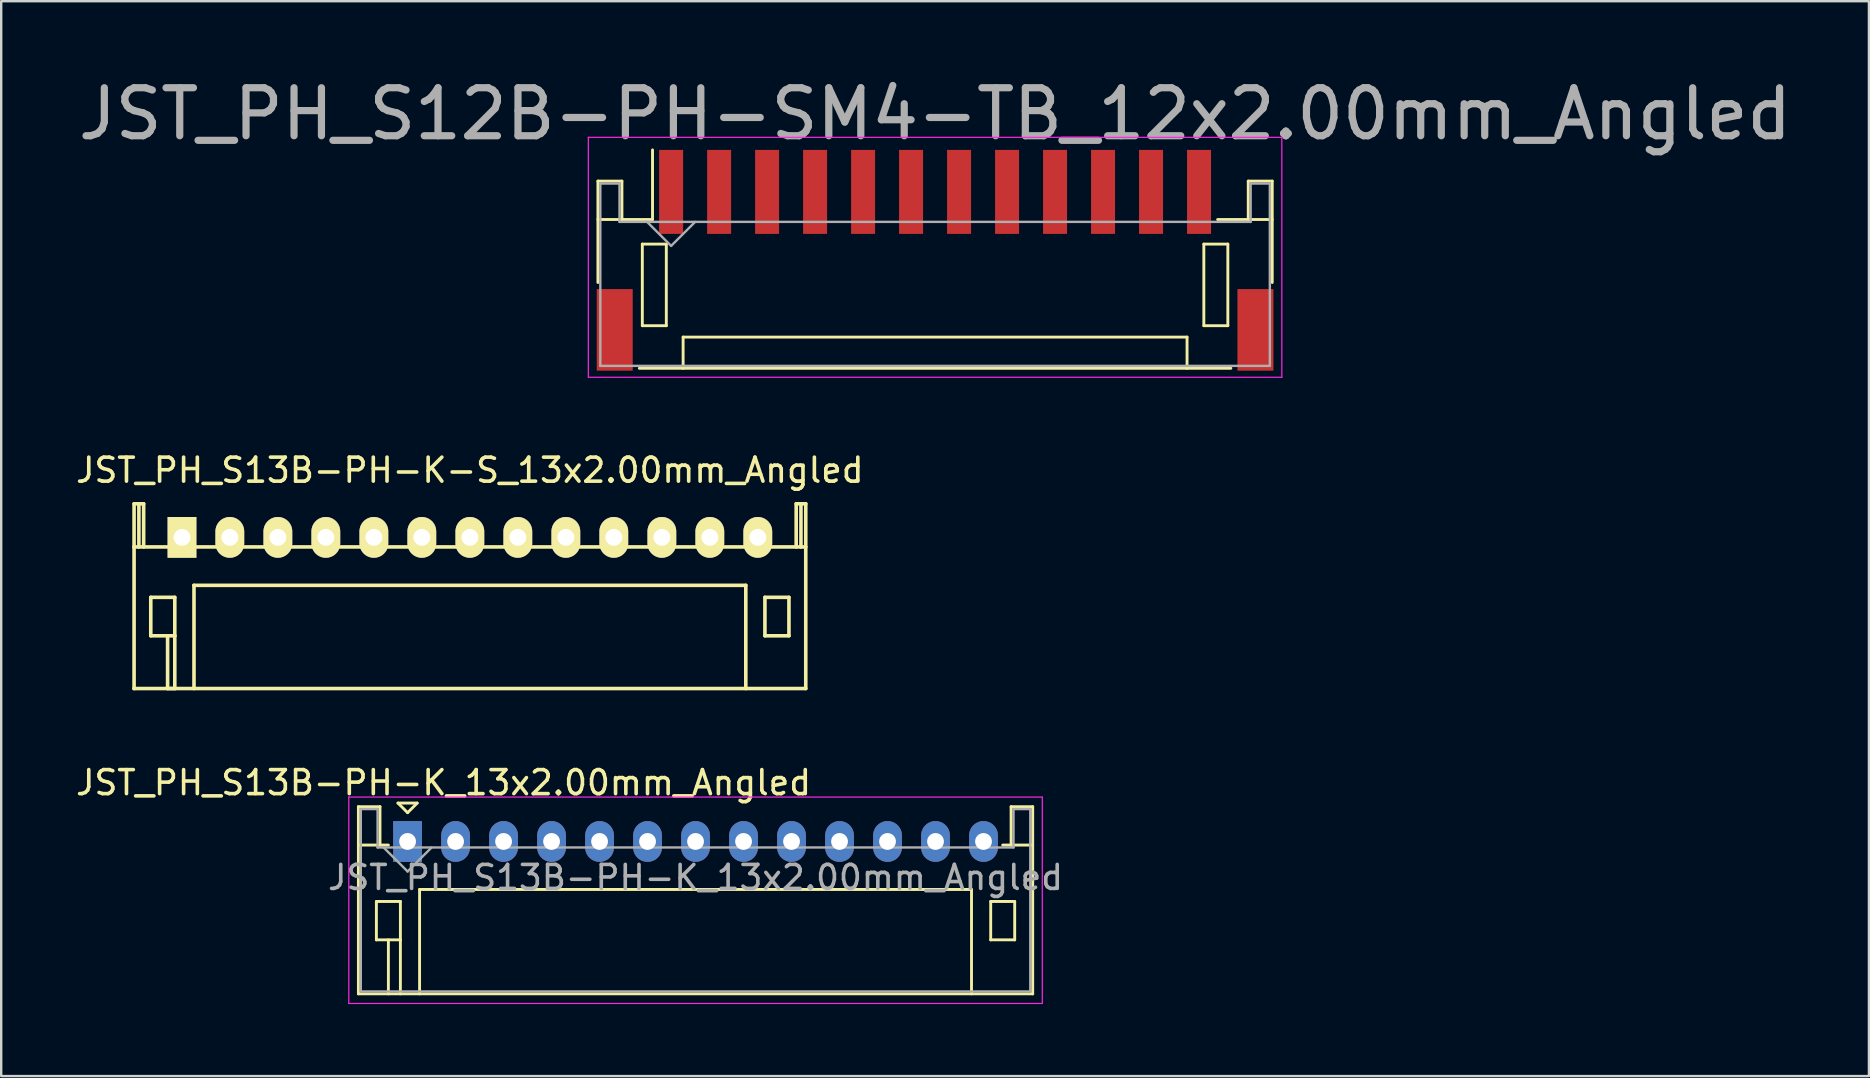
<source format=kicad_pcb>
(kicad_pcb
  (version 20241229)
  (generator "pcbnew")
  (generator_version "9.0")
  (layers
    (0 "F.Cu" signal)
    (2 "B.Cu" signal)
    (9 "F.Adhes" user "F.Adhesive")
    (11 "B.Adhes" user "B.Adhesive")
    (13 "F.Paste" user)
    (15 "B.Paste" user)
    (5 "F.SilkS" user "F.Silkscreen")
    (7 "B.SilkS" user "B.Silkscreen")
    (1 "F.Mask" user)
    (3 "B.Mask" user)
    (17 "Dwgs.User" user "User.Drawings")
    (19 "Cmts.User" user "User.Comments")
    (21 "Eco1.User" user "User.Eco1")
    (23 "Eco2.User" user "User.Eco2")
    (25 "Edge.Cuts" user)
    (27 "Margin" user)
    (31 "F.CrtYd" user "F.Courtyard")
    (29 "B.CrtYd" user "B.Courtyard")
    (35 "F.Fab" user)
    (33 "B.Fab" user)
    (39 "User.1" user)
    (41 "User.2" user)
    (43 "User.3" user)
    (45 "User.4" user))
  (footprint "JST_PH_S12B-PH-SM4-TB_12x2.00mm_Angled"
    (layer "F.Cu")
    (at 35.917 7.822)
    (property "Reference" "JST_PH_S12B-PH-SM4-TB_12x2.00mm_Angled" (at 0 -6.125 0) (layer "F.Fab") (effects (font (size 2 2) (thickness 0.3))))
    (attr smd)
    (fp_line (start -14.05 -3.325) (end -14.05 0.9) (stroke (width 0.12) (type solid)) (layer "F.SilkS"))
    (fp_line (start -14.05 -1.725) (end -13.05 -1.725) (stroke (width 0.12) (type solid)) (layer "F.SilkS"))
    (fp_line (start -13.05 -3.325) (end -14.05 -3.325) (stroke (width 0.12) (type solid)) (layer "F.SilkS"))
    (fp_line (start -13.05 -1.725) (end -13.05 -3.325) (stroke (width 0.12) (type solid)) (layer "F.SilkS"))
    (fp_line (start -12.325 4.475) (end 12.325 4.475) (stroke (width 0.12) (type solid)) (layer "F.SilkS"))
    (fp_line (start -12.2 -0.7) (end -12.2 2.7) (stroke (width 0.12) (type solid)) (layer "F.SilkS"))
    (fp_line (start -12.2 2.7) (end -11.2 2.7) (stroke (width 0.12) (type solid)) (layer "F.SilkS"))
    (fp_line (start -11.775 -1.725) (end -13.05 -1.725) (stroke (width 0.12) (type solid)) (layer "F.SilkS"))
    (fp_line (start -11.775 -1.725) (end -11.775 -4.625) (stroke (width 0.12) (type solid)) (layer "F.SilkS"))
    (fp_line (start -11.2 -0.7) (end -12.2 -0.7) (stroke (width 0.12) (type solid)) (layer "F.SilkS"))
    (fp_line (start -11.2 2.7) (end -11.2 -0.7) (stroke (width 0.12) (type solid)) (layer "F.SilkS"))
    (fp_line (start -10.5 3.175) (end 10.5 3.175) (stroke (width 0.12) (type solid)) (layer "F.SilkS"))
    (fp_line (start -10.5 4.475) (end -10.5 3.175) (stroke (width 0.12) (type solid)) (layer "F.SilkS"))
    (fp_line (start 10.5 3.175) (end 10.5 4.475) (stroke (width 0.12) (type solid)) (layer "F.SilkS"))
    (fp_line (start 11.2 -0.7) (end 12.2 -0.7) (stroke (width 0.12) (type solid)) (layer "F.SilkS"))
    (fp_line (start 11.2 2.7) (end 11.2 -0.7) (stroke (width 0.12) (type solid)) (layer "F.SilkS"))
    (fp_line (start 12.2 -0.7) (end 12.2 2.7) (stroke (width 0.12) (type solid)) (layer "F.SilkS"))
    (fp_line (start 12.2 2.7) (end 11.2 2.7) (stroke (width 0.12) (type solid)) (layer "F.SilkS"))
    (fp_line (start 13.05 -3.325) (end 13.05 -1.725) (stroke (width 0.12) (type solid)) (layer "F.SilkS"))
    (fp_line (start 13.05 -1.725) (end 11.775 -1.725) (stroke (width 0.12) (type solid)) (layer "F.SilkS"))
    (fp_line (start 14.05 -3.325) (end 13.05 -3.325) (stroke (width 0.12) (type solid)) (layer "F.SilkS"))
    (fp_line (start 14.05 -1.725) (end 13.05 -1.725) (stroke (width 0.12) (type solid)) (layer "F.SilkS"))
    (fp_line (start 14.05 0.9) (end 14.05 -3.325) (stroke (width 0.12) (type solid)) (layer "F.SilkS"))
    (fp_line (start -14.45 -5.15) (end -14.45 4.85) (stroke (width 0.05) (type solid)) (layer "F.CrtYd"))
    (fp_line (start -14.45 4.85) (end 14.45 4.85) (stroke (width 0.05) (type solid)) (layer "F.CrtYd"))
    (fp_line (start 14.45 -5.15) (end -14.45 -5.15) (stroke (width 0.05) (type solid)) (layer "F.CrtYd"))
    (fp_line (start 14.45 4.85) (end 14.45 -5.15) (stroke (width 0.05) (type solid)) (layer "F.CrtYd"))
    (fp_line (start -13.95 -3.225) (end -13.95 4.375) (stroke (width 0.1) (type solid)) (layer "F.Fab"))
    (fp_line (start -13.95 4.375) (end 13.95 4.375) (stroke (width 0.1) (type solid)) (layer "F.Fab"))
    (fp_line (start -13.15 -3.225) (end -13.95 -3.225) (stroke (width 0.1) (type solid)) (layer "F.Fab"))
    (fp_line (start -13.15 -1.625) (end -13.15 -3.225) (stroke (width 0.1) (type solid)) (layer "F.Fab"))
    (fp_line (start -12 -1.625) (end -11 -0.625) (stroke (width 0.1) (type solid)) (layer "F.Fab"))
    (fp_line (start -11 -0.625) (end -10 -1.625) (stroke (width 0.1) (type solid)) (layer "F.Fab"))
    (fp_line (start 13.15 -3.225) (end 13.15 -1.625) (stroke (width 0.1) (type solid)) (layer "F.Fab"))
    (fp_line (start 13.15 -1.625) (end -13.15 -1.625) (stroke (width 0.1) (type solid)) (layer "F.Fab"))
    (fp_line (start 13.95 -3.225) (end 13.15 -3.225) (stroke (width 0.1) (type solid)) (layer "F.Fab"))
    (fp_line (start 13.95 4.375) (end 13.95 -3.225) (stroke (width 0.1) (type solid)) (layer "F.Fab"))
    (pad "" smd rect (at -13.35 2.875) (size 1.5 3.4) (layers "F.Cu" "F.Mask" "F.Paste"))
    (pad "" smd rect (at 13.35 2.875) (size 1.5 3.4) (layers "F.Cu" "F.Mask" "F.Paste"))
    (pad "1" smd rect (at -11 -2.875) (size 1 3.5) (layers "F.Cu" "F.Mask" "F.Paste"))
    (pad "2" smd rect (at -9 -2.875) (size 1 3.5) (layers "F.Cu" "F.Mask" "F.Paste"))
    (pad "3" smd rect (at -7 -2.875) (size 1 3.5) (layers "F.Cu" "F.Mask" "F.Paste"))
    (pad "4" smd rect (at -5 -2.875) (size 1 3.5) (layers "F.Cu" "F.Mask" "F.Paste"))
    (pad "5" smd rect (at -3 -2.875) (size 1 3.5) (layers "F.Cu" "F.Mask" "F.Paste"))
    (pad "6" smd rect (at -1 -2.875) (size 1 3.5) (layers "F.Cu" "F.Mask" "F.Paste"))
    (pad "7" smd rect (at 1 -2.875) (size 1 3.5) (layers "F.Cu" "F.Mask" "F.Paste"))
    (pad "8" smd rect (at 3 -2.875) (size 1 3.5) (layers "F.Cu" "F.Mask" "F.Paste"))
    (pad "9" smd rect (at 5 -2.875) (size 1 3.5) (layers "F.Cu" "F.Mask" "F.Paste"))
    (pad "10" smd rect (at 7 -2.875) (size 1 3.5) (layers "F.Cu" "F.Mask" "F.Paste"))
    (pad "11" smd rect (at 9 -2.875) (size 1 3.5) (layers "F.Cu" "F.Mask" "F.Paste"))
    (pad "12" smd rect (at 11 -2.875) (size 1 3.5) (layers "F.Cu" "F.Mask" "F.Paste")))
  (footprint "JST_PH_S13B-PH-K-S_13x2.00mm_Angled"
    (layer "F.Cu")
    (at 4.53 19.344)
    (property "Reference" "JST_PH_S13B-PH-K-S_13x2.00mm_Angled" (at 12 -2.799 0) (layer "F.SilkS") (effects (font (size 1 1) (thickness 0.15))))
    (attr through_hole)
    (fp_line (start -1.993 -1.4) (end -1.993 6.299) (stroke (width 0.15) (type solid)) (layer "F.SilkS"))
    (fp_line (start -1.792 -1.4) (end -1.792 0.399) (stroke (width 0.15) (type solid)) (layer "F.SilkS"))
    (fp_line (start -1.594 -1.4) (end -1.993 -1.4) (stroke (width 0.15) (type solid)) (layer "F.SilkS"))
    (fp_line (start -1.594 0.399) (end -1.594 -1.4) (stroke (width 0.15) (type solid)) (layer "F.SilkS"))
    (fp_line (start -1.297 2.499) (end -0.296 2.499) (stroke (width 0.15) (type solid)) (layer "F.SilkS"))
    (fp_line (start -1.297 4.1) (end -1.297 2.499) (stroke (width 0.15) (type solid)) (layer "F.SilkS"))
    (fp_line (start -0.596 6.299) (end -0.596 4.1) (stroke (width 0.15) (type solid)) (layer "F.SilkS"))
    (fp_line (start -0.296 2.499) (end -0.296 4.1) (stroke (width 0.15) (type solid)) (layer "F.SilkS"))
    (fp_line (start -0.296 4.1) (end -1.297 4.1) (stroke (width 0.15) (type solid)) (layer "F.SilkS"))
    (fp_line (start -0.296 4.1) (end -0.296 6.299) (stroke (width 0.15) (type solid)) (layer "F.SilkS"))
    (fp_line (start -0.296 6.299) (end -0.596 6.299) (stroke (width 0.15) (type solid)) (layer "F.SilkS"))
    (fp_line (start 0.499 1.999) (end 23.501 1.999) (stroke (width 0.15) (type solid)) (layer "F.SilkS"))
    (fp_line (start 0.504 1.999) (end 0.504 6.299) (stroke (width 0.15) (type solid)) (layer "F.SilkS"))
    (fp_line (start 23.499 1.999) (end 23.499 6.299) (stroke (width 0.15) (type solid)) (layer "F.SilkS"))
    (fp_line (start 24.296 2.499) (end 25.297 2.499) (stroke (width 0.15) (type solid)) (layer "F.SilkS"))
    (fp_line (start 24.296 4.1) (end 24.296 2.499) (stroke (width 0.15) (type solid)) (layer "F.SilkS"))
    (fp_line (start 25.297 2.499) (end 25.297 4.1) (stroke (width 0.15) (type solid)) (layer "F.SilkS"))
    (fp_line (start 25.297 4.1) (end 24.296 4.1) (stroke (width 0.15) (type solid)) (layer "F.SilkS"))
    (fp_line (start 25.599 -1.4) (end 25.599 0.399) (stroke (width 0.15) (type solid)) (layer "F.SilkS"))
    (fp_line (start 25.797 -1.4) (end 25.797 0.399) (stroke (width 0.15) (type solid)) (layer "F.SilkS"))
    (fp_line (start 25.998 -1.4) (end 25.599 -1.4) (stroke (width 0.15) (type solid)) (layer "F.SilkS"))
    (fp_line (start 25.998 6.299) (end 25.998 -1.4) (stroke (width 0.15) (type solid)) (layer "F.SilkS"))
    (fp_line (start 26 0.399) (end -2 0.399) (stroke (width 0.15) (type solid)) (layer "F.SilkS"))
    (fp_line (start 26 6.299) (end -2 6.299) (stroke (width 0.15) (type solid)) (layer "F.SilkS"))
    (pad "1" thru_hole rect (at 0.004 0) (size 1.199 1.699) (drill 0.701) (layers "*.Cu" "*.Mask" "F.SilkS"))
    (pad "2" thru_hole oval (at 1.997 0) (size 1.199 1.699) (drill 0.701) (layers "*.Cu" "*.Mask" "F.SilkS"))
    (pad "3" thru_hole oval (at 3.999 0) (size 1.199 1.699) (drill 0.701) (layers "*.Cu" "*.Mask" "F.SilkS"))
    (pad "4" thru_hole oval (at 5.998 0) (size 1.199 1.699) (drill 0.701) (layers "*.Cu" "*.Mask" "F.SilkS"))
    (pad "5" thru_hole oval (at 8 0) (size 1.199 1.699) (drill 0.701) (layers "*.Cu" "*.Mask" "F.SilkS"))
    (pad "6" thru_hole oval (at 9.998 0) (size 1.199 1.699) (drill 0.701) (layers "*.Cu" "*.Mask" "F.SilkS"))
    (pad "7" thru_hole oval (at 12 0) (size 1.199 1.699) (drill 0.701) (layers "*.Cu" "*.Mask" "F.SilkS"))
    (pad "8" thru_hole oval (at 13.999 0) (size 1.199 1.699) (drill 0.701) (layers "*.Cu" "*.Mask" "F.SilkS"))
    (pad "9" thru_hole oval (at 16 0) (size 1.199 1.699) (drill 0.701) (layers "*.Cu" "*.Mask" "F.SilkS"))
    (pad "10" thru_hole oval (at 17.999 0) (size 1.199 1.699) (drill 0.701) (layers "*.Cu" "*.Mask" "F.SilkS"))
    (pad "11" thru_hole oval (at 20.001 0) (size 1.199 1.699) (drill 0.701) (layers "*.Cu" "*.Mask" "F.SilkS"))
    (pad "12" thru_hole oval (at 22 0) (size 1.199 1.699) (drill 0.701) (layers "*.Cu" "*.Mask" "F.SilkS"))
    (pad "13" thru_hole oval (at 23.999 0) (size 1.199 1.699) (drill 0.701) (layers "*.Cu" "*.Mask" "F.SilkS")))
  (footprint "JST_PH_S13B-PH-K_13x2.00mm_Angled"
    (layer "F.Cu")
    (at 13.935 32.016)
    (property "Reference" "JST_PH_S13B-PH-K_13x2.00mm_Angled" (at 1.5 -2.45 0) (layer "F.SilkS") (effects (font (size 1 1) (thickness 0.15))))
    (attr through_hole)
    (fp_line (start -2.05 -1.45) (end -2.05 6.35) (stroke (width 0.12) (type solid)) (layer "F.SilkS"))
    (fp_line (start -2.05 0.15) (end -1.15 0.15) (stroke (width 0.12) (type solid)) (layer "F.SilkS"))
    (fp_line (start -2.05 6.35) (end 26.05 6.35) (stroke (width 0.12) (type solid)) (layer "F.SilkS"))
    (fp_line (start -1.3 2.5) (end -1.3 4.1) (stroke (width 0.12) (type solid)) (layer "F.SilkS"))
    (fp_line (start -1.3 4.1) (end -0.3 4.1) (stroke (width 0.12) (type solid)) (layer "F.SilkS"))
    (fp_line (start -1.15 -1.45) (end -2.05 -1.45) (stroke (width 0.12) (type solid)) (layer "F.SilkS"))
    (fp_line (start -1.15 0.15) (end -1.15 -1.45) (stroke (width 0.12) (type solid)) (layer "F.SilkS"))
    (fp_line (start -0.8 0.15) (end -1.15 0.15) (stroke (width 0.12) (type solid)) (layer "F.SilkS"))
    (fp_line (start -0.8 4.1) (end -0.8 6.35) (stroke (width 0.12) (type solid)) (layer "F.SilkS"))
    (fp_line (start -0.4 -1.6) (end 0.4 -1.6) (stroke (width 0.12) (type solid)) (layer "F.SilkS"))
    (fp_line (start -0.3 2.5) (end -1.3 2.5) (stroke (width 0.12) (type solid)) (layer "F.SilkS"))
    (fp_line (start -0.3 4.1) (end -0.3 2.5) (stroke (width 0.12) (type solid)) (layer "F.SilkS"))
    (fp_line (start -0.3 4.1) (end -0.3 6.35) (stroke (width 0.12) (type solid)) (layer "F.SilkS"))
    (fp_line (start 0 -1.2) (end -0.4 -1.6) (stroke (width 0.12) (type solid)) (layer "F.SilkS"))
    (fp_line (start 0.4 -1.6) (end 0 -1.2) (stroke (width 0.12) (type solid)) (layer "F.SilkS"))
    (fp_line (start 0.5 2) (end 23.5 2) (stroke (width 0.12) (type solid)) (layer "F.SilkS"))
    (fp_line (start 0.5 6.35) (end 0.5 2) (stroke (width 0.12) (type solid)) (layer "F.SilkS"))
    (fp_line (start 23.5 2) (end 23.5 6.35) (stroke (width 0.12) (type solid)) (layer "F.SilkS"))
    (fp_line (start 24.3 2.5) (end 25.3 2.5) (stroke (width 0.12) (type solid)) (layer "F.SilkS"))
    (fp_line (start 24.3 4.1) (end 24.3 2.5) (stroke (width 0.12) (type solid)) (layer "F.SilkS"))
    (fp_line (start 25.15 -1.45) (end 25.15 0.15) (stroke (width 0.12) (type solid)) (layer "F.SilkS"))
    (fp_line (start 25.15 0.15) (end 24.8 0.15) (stroke (width 0.12) (type solid)) (layer "F.SilkS"))
    (fp_line (start 25.3 2.5) (end 25.3 4.1) (stroke (width 0.12) (type solid)) (layer "F.SilkS"))
    (fp_line (start 25.3 4.1) (end 24.3 4.1) (stroke (width 0.12) (type solid)) (layer "F.SilkS"))
    (fp_line (start 26.05 -1.45) (end 25.15 -1.45) (stroke (width 0.12) (type solid)) (layer "F.SilkS"))
    (fp_line (start 26.05 0.15) (end 25.15 0.15) (stroke (width 0.12) (type solid)) (layer "F.SilkS"))
    (fp_line (start 26.05 6.35) (end 26.05 -1.45) (stroke (width 0.12) (type solid)) (layer "F.SilkS"))
    (fp_line (start -2.45 -1.85) (end -2.45 6.75) (stroke (width 0.05) (type solid)) (layer "F.CrtYd"))
    (fp_line (start -2.45 6.75) (end 26.45 6.75) (stroke (width 0.05) (type solid)) (layer "F.CrtYd"))
    (fp_line (start 26.45 -1.85) (end -2.45 -1.85) (stroke (width 0.05) (type solid)) (layer "F.CrtYd"))
    (fp_line (start 26.45 6.75) (end 26.45 -1.85) (stroke (width 0.05) (type solid)) (layer "F.CrtYd"))
    (fp_line (start -1.95 -1.35) (end -1.95 6.25) (stroke (width 0.1) (type solid)) (layer "F.Fab"))
    (fp_line (start -1.95 6.25) (end 25.95 6.25) (stroke (width 0.1) (type solid)) (layer "F.Fab"))
    (fp_line (start -1.25 -1.35) (end -1.95 -1.35) (stroke (width 0.1) (type solid)) (layer "F.Fab"))
    (fp_line (start -1.25 0.25) (end -1.25 -1.35) (stroke (width 0.1) (type solid)) (layer "F.Fab"))
    (fp_line (start -1 0.25) (end 0 1.25) (stroke (width 0.1) (type solid)) (layer "F.Fab"))
    (fp_line (start 0 1.25) (end 1 0.25) (stroke (width 0.1) (type solid)) (layer "F.Fab"))
    (fp_line (start 25.25 -1.35) (end 25.25 0.25) (stroke (width 0.1) (type solid)) (layer "F.Fab"))
    (fp_line (start 25.25 0.25) (end -1.25 0.25) (stroke (width 0.1) (type solid)) (layer "F.Fab"))
    (fp_line (start 25.95 -1.35) (end 25.25 -1.35) (stroke (width 0.1) (type solid)) (layer "F.Fab"))
    (fp_line (start 25.95 6.25) (end 25.95 -1.35) (stroke (width 0.1) (type solid)) (layer "F.Fab"))
    (fp_text user "${REFERENCE}" (at 12 1.5 0) (layer "F.Fab") (effects (font (size 1 1) (thickness 0.15))))
    (pad "1" thru_hole rect (at 0 0) (size 1.2 1.7) (drill 0.7) (layers "*.Cu" "*.Mask"))
    (pad "2" thru_hole oval (at 2 0) (size 1.2 1.7) (drill 0.7) (layers "*.Cu" "*.Mask"))
    (pad "3" thru_hole oval (at 4 0) (size 1.2 1.7) (drill 0.7) (layers "*.Cu" "*.Mask"))
    (pad "4" thru_hole oval (at 6 0) (size 1.2 1.7) (drill 0.7) (layers "*.Cu" "*.Mask"))
    (pad "5" thru_hole oval (at 8 0) (size 1.2 1.7) (drill 0.7) (layers "*.Cu" "*.Mask"))
    (pad "6" thru_hole oval (at 10 0) (size 1.2 1.7) (drill 0.7) (layers "*.Cu" "*.Mask"))
    (pad "7" thru_hole oval (at 12 0) (size 1.2 1.7) (drill 0.7) (layers "*.Cu" "*.Mask"))
    (pad "8" thru_hole oval (at 14 0) (size 1.2 1.7) (drill 0.7) (layers "*.Cu" "*.Mask"))
    (pad "9" thru_hole oval (at 16 0) (size 1.2 1.7) (drill 0.7) (layers "*.Cu" "*.Mask"))
    (pad "10" thru_hole oval (at 18 0) (size 1.2 1.7) (drill 0.7) (layers "*.Cu" "*.Mask"))
    (pad "11" thru_hole oval (at 20 0) (size 1.2 1.7) (drill 0.7) (layers "*.Cu" "*.Mask"))
    (pad "12" thru_hole oval (at 22 0) (size 1.2 1.7) (drill 0.7) (layers "*.Cu" "*.Mask"))
    (pad "13" thru_hole oval (at 24 0) (size 1.2 1.7) (drill 0.7) (layers "*.Cu" "*.Mask")))
  (gr_rect
    (start -3 -3)
    (end 74.833 41.791)
    (stroke (width 0.1) (type default))
    (fill no)
    (layer "Edge.Cuts")))
</source>
